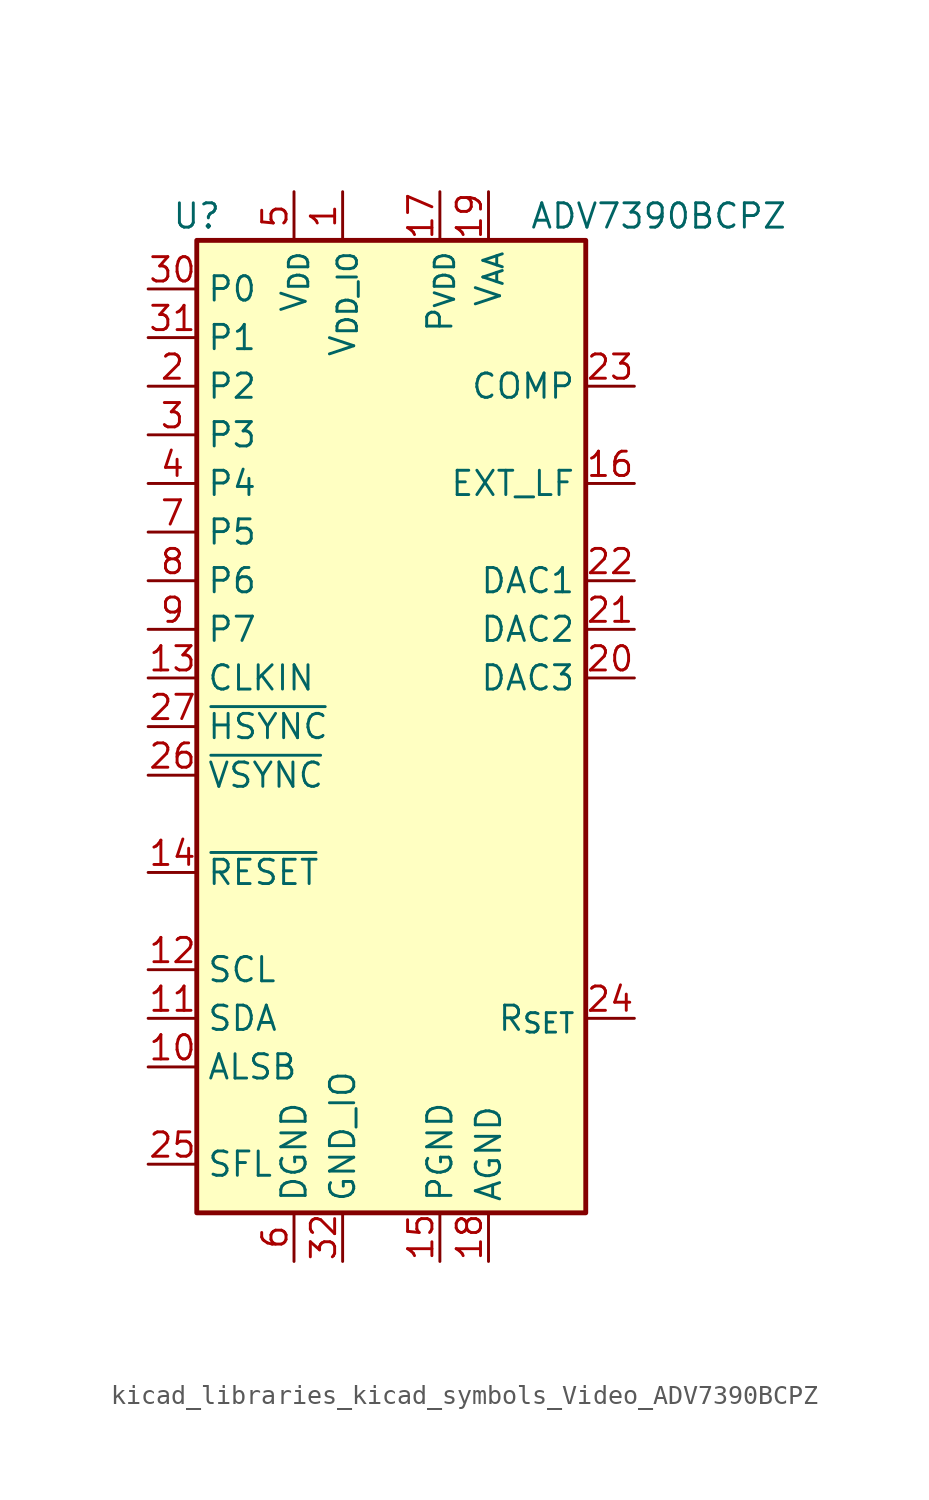
<source format=kicad_sym>
(kicad_symbol_lib
  (version 20220914)
  (generator kicad_symbol_editor)
  (symbol "kicad_libraries_kicad_symbols_Video_ADV7390BCPZ"
    (property "Reference" "U"
      (at -10.16 26.67 0)
      (effects (font (size 1.27 1.27))))
    (property "Value" "ADV7390BCPZ"
      (at 13.97 26.67 0)
      (effects (font (size 1.27 1.27))))
    (symbol "kicad_libraries_kicad_symbols_Video_ADV7390BCPZ_0_1"
      (rectangle (start -10.16 25.4) (end 10.16 -25.4) (stroke (width 0.254) (type default)) (fill (type background))))
    (symbol "kicad_libraries_kicad_symbols_Video_ADV7390BCPZ_1_1"
      (pin power_in line (at -2.54 27.94 270) (length 2.54) (name "V_{DD_IO}" (effects (font (size 1.27 1.27)))) (number "1" (effects (font (size 1.27 1.27)))))
      (pin input line (at -12.7 -17.78 0) (length 2.54) (name "ALSB" (effects (font (size 1.27 1.27)))) (number "10" (effects (font (size 1.27 1.27)))))
      (pin bidirectional line (at -12.7 -15.24 0) (length 2.54) (name "SDA" (effects (font (size 1.27 1.27)))) (number "11" (effects (font (size 1.27 1.27)))))
      (pin input line (at -12.7 -12.7 0) (length 2.54) (name "SCL" (effects (font (size 1.27 1.27)))) (number "12" (effects (font (size 1.27 1.27)))))
      (pin input line (at -12.7 2.54 0) (length 2.54) (name "CLKIN" (effects (font (size 1.27 1.27)))) (number "13" (effects (font (size 1.27 1.27)))))
      (pin input line (at -12.7 -7.62 0) (length 2.54) (name "~{RESET}" (effects (font (size 1.27 1.27)))) (number "14" (effects (font (size 1.27 1.27)))))
      (pin power_in line (at 2.54 -27.94 90) (length 2.54) (name "PGND" (effects (font (size 1.27 1.27)))) (number "15" (effects (font (size 1.27 1.27)))))
      (pin passive line (at 12.7 12.7 180) (length 2.54) (name "EXT_LF" (effects (font (size 1.27 1.27)))) (number "16" (effects (font (size 1.27 1.27)))))
      (pin power_in line (at 2.54 27.94 270) (length 2.54) (name "P_{VDD}" (effects (font (size 1.27 1.27)))) (number "17" (effects (font (size 1.27 1.27)))))
      (pin power_in line (at 5.08 -27.94 90) (length 2.54) (name "AGND" (effects (font (size 1.27 1.27)))) (number "18" (effects (font (size 1.27 1.27)))))
      (pin power_in line (at 5.08 27.94 270) (length 2.54) (name "V_{AA}" (effects (font (size 1.27 1.27)))) (number "19" (effects (font (size 1.27 1.27)))))
      (pin input line (at -12.7 17.78 0) (length 2.54) (name "P2" (effects (font (size 1.27 1.27)))) (number "2" (effects (font (size 1.27 1.27)))))
      (pin output line (at 12.7 2.54 180) (length 2.54) (name "DAC3" (effects (font (size 1.27 1.27)))) (number "20" (effects (font (size 1.27 1.27)))))
      (pin output line (at 12.7 5.08 180) (length 2.54) (name "DAC2" (effects (font (size 1.27 1.27)))) (number "21" (effects (font (size 1.27 1.27)))))
      (pin output line (at 12.7 7.62 180) (length 2.54) (name "DAC1" (effects (font (size 1.27 1.27)))) (number "22" (effects (font (size 1.27 1.27)))))
      (pin output line (at 12.7 17.78 180) (length 2.54) (name "COMP" (effects (font (size 1.27 1.27)))) (number "23" (effects (font (size 1.27 1.27)))))
      (pin input line (at 12.7 -15.24 180) (length 2.54) (name "R_{SET}" (effects (font (size 1.27 1.27)))) (number "24" (effects (font (size 1.27 1.27)))))
      (pin input line (at -12.7 -22.86 0) (length 2.54) (name "SFL" (effects (font (size 1.27 1.27)))) (number "25" (effects (font (size 1.27 1.27)))))
      (pin bidirectional line (at -12.7 -2.54 0) (length 2.54) (name "~{VSYNC}" (effects (font (size 1.27 1.27)))) (number "26" (effects (font (size 1.27 1.27)))))
      (pin bidirectional line (at -12.7 0 0) (length 2.54) (name "~{HSYNC}" (effects (font (size 1.27 1.27)))) (number "27" (effects (font (size 1.27 1.27)))))
      (pin passive line (at -5.08 27.94 270) (length 2.54) hide (name "V_{DD}" (effects (font (size 1.27 1.27)))) (number "28" (effects (font (size 1.27 1.27)))))
      (pin passive line (at -5.08 -27.94 90) (length 2.54) hide (name "DGND" (effects (font (size 1.27 1.27)))) (number "29" (effects (font (size 1.27 1.27)))))
      (pin input line (at -12.7 15.24 0) (length 2.54) (name "P3" (effects (font (size 1.27 1.27)))) (number "3" (effects (font (size 1.27 1.27)))))
      (pin input line (at -12.7 22.86 0) (length 2.54) (name "P0" (effects (font (size 1.27 1.27)))) (number "30" (effects (font (size 1.27 1.27)))))
      (pin input line (at -12.7 20.32 0) (length 2.54) (name "P1" (effects (font (size 1.27 1.27)))) (number "31" (effects (font (size 1.27 1.27)))))
      (pin power_in line (at -2.54 -27.94 90) (length 2.54) (name "GND_IO" (effects (font (size 1.27 1.27)))) (number "32" (effects (font (size 1.27 1.27)))))
      (pin passive line (at 5.08 -27.94 90) (length 2.54) hide (name "AGND" (effects (font (size 1.27 1.27)))) (number "33" (effects (font (size 1.27 1.27)))))
      (pin input line (at -12.7 12.7 0) (length 2.54) (name "P4" (effects (font (size 1.27 1.27)))) (number "4" (effects (font (size 1.27 1.27)))))
      (pin power_in line (at -5.08 27.94 270) (length 2.54) (name "V_{DD}" (effects (font (size 1.27 1.27)))) (number "5" (effects (font (size 1.27 1.27)))))
      (pin power_in line (at -5.08 -27.94 90) (length 2.54) (name "DGND" (effects (font (size 1.27 1.27)))) (number "6" (effects (font (size 1.27 1.27)))))
      (pin input line (at -12.7 10.16 0) (length 2.54) (name "P5" (effects (font (size 1.27 1.27)))) (number "7" (effects (font (size 1.27 1.27)))))
      (pin input line (at -12.7 7.62 0) (length 2.54) (name "P6" (effects (font (size 1.27 1.27)))) (number "8" (effects (font (size 1.27 1.27)))))
      (pin input line (at -12.7 5.08 0) (length 2.54) (name "P7" (effects (font (size 1.27 1.27)))) (number "9" (effects (font (size 1.27 1.27))))))))
</source>
